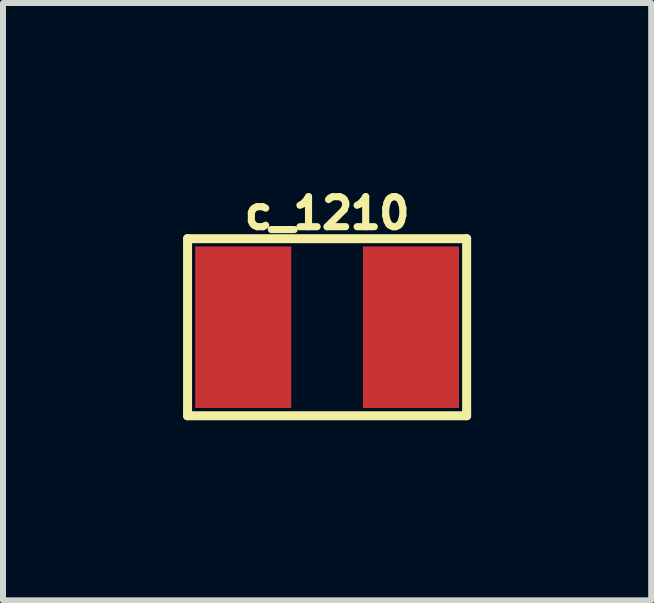
<source format=kicad_pcb>
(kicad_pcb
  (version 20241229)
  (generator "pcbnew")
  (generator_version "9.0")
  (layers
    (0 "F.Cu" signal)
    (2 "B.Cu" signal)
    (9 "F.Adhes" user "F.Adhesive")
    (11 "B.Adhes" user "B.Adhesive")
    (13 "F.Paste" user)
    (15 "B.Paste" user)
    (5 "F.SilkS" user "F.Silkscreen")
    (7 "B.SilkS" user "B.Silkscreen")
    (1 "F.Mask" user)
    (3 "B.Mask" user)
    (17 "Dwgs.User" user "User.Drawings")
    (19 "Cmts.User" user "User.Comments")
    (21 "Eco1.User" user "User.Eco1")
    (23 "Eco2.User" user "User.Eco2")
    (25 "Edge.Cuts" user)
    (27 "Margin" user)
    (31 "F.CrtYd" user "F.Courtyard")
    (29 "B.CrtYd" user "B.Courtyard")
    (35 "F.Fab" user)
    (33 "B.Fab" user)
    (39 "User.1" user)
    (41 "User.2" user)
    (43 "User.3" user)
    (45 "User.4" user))
  (footprint "c_1210"
    (layer "F.Cu")
    (at 2.4 2.402)
    (property "Reference" "c_1210" (at 0 -1.9 0) (layer "F.SilkS") (effects (font (size 0.5 0.5) (thickness 0.119))))
    (attr through_hole)
    (fp_line (start -2.325 -1.475) (end -2.325 1.475) (stroke (width 0.15) (type solid)) (layer "F.SilkS"))
    (fp_line (start -2.325 1.475) (end 2.325 1.475) (stroke (width 0.15) (type solid)) (layer "F.SilkS"))
    (fp_line (start 2.325 -1.475) (end -2.325 -1.475) (stroke (width 0.15) (type solid)) (layer "F.SilkS"))
    (fp_line (start 2.325 1.475) (end 2.325 -1.475) (stroke (width 0.15) (type solid)) (layer "F.SilkS"))
    (pad "1" smd rect (at 1.397 0) (size 1.6 2.692) (layers "F.Cu" "F.Mask" "F.Paste"))
    (pad "2" smd rect (at -1.397 0) (size 1.6 2.692) (layers "F.Cu" "F.Mask" "F.Paste")))
  (gr_rect
    (start -3 -3)
    (end 7.8 6.952)
    (stroke (width 0.1) (type default))
    (fill no)
    (layer "Edge.Cuts")))
</source>
